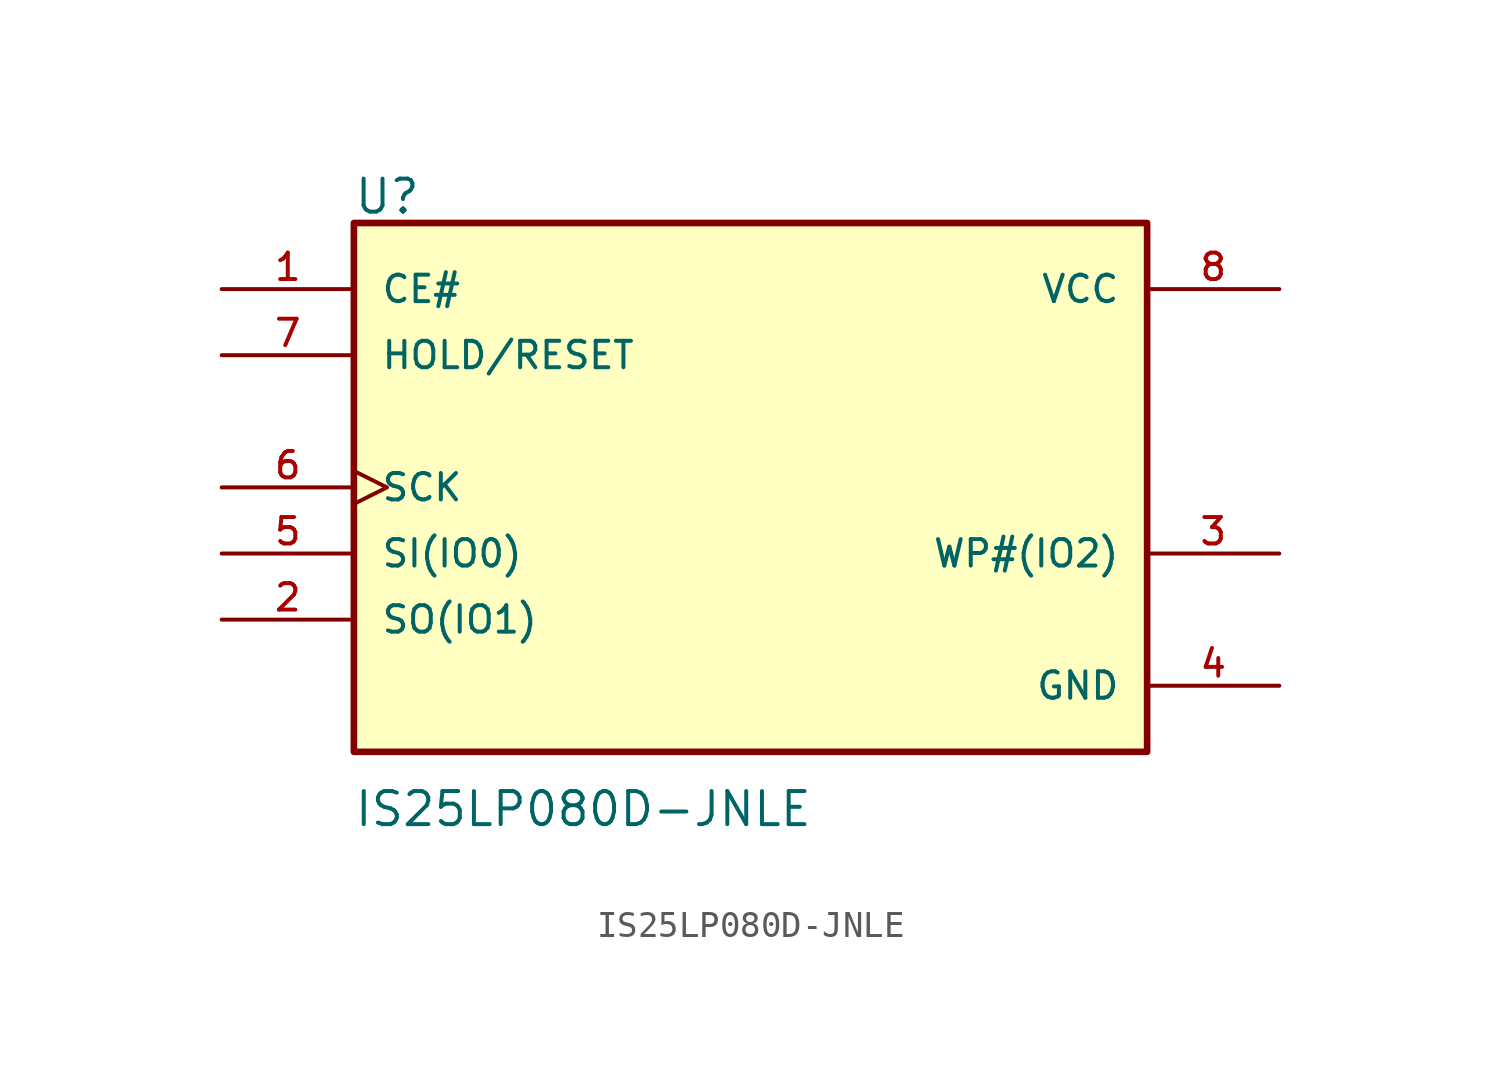
<source format=kicad_sym>
(kicad_symbol_lib
  (version 20211014)
  (generator kicad_symbol_editor)
  (symbol "IS25LP080D-JNLE"
    (pin_names
      (offset 1.016))
    (property "Reference" "U"
      (at -15.268 10.433 0)
      (effects (font (size 1.27 1.27)) (justify bottom left)))
    (property "Value" "IS25LP080D-JNLE"
      (at -15.263 -13.101 0)
      (effects (font (size 1.27 1.27)) (justify bottom left)))
    (symbol "IS25LP080D-JNLE_0_0"
      (rectangle (start -15.24 -10.16) (end 15.24 10.16) (stroke (width 0.254)) (fill (type background)))
      (pin input line (at -20.32 7.62 0) (length 5.08) (name "CE#" (effects (font (size 1.016 1.016)))) (number "1" (effects (font (size 1.016 1.016)))))
      (pin output line (at -20.32 -5.08 0) (length 5.08) (name "SO(IO1)" (effects (font (size 1.016 1.016)))) (number "2" (effects (font (size 1.016 1.016)))))
      (pin bidirectional line (at 20.32 -2.54 180.0) (length 5.08) (name "WP#(IO2)" (effects (font (size 1.016 1.016)))) (number "3" (effects (font (size 1.016 1.016)))))
      (pin power_in line (at 20.32 -7.62 180.0) (length 5.08) (name "GND" (effects (font (size 1.016 1.016)))) (number "4" (effects (font (size 1.016 1.016)))))
      (pin input line (at -20.32 -2.54 0) (length 5.08) (name "SI(IO0)" (effects (font (size 1.016 1.016)))) (number "5" (effects (font (size 1.016 1.016)))))
      (pin input clock (at -20.32 0.0 0) (length 5.08) (name "SCK" (effects (font (size 1.016 1.016)))) (number "6" (effects (font (size 1.016 1.016)))))
      (pin input line (at -20.32 5.08 0) (length 5.08) (name "HOLD/RESET" (effects (font (size 1.016 1.016)))) (number "7" (effects (font (size 1.016 1.016)))))
      (pin power_in line (at 20.32 7.62 180.0) (length 5.08) (name "VCC" (effects (font (size 1.016 1.016)))) (number "8" (effects (font (size 1.016 1.016))))))))
</source>
